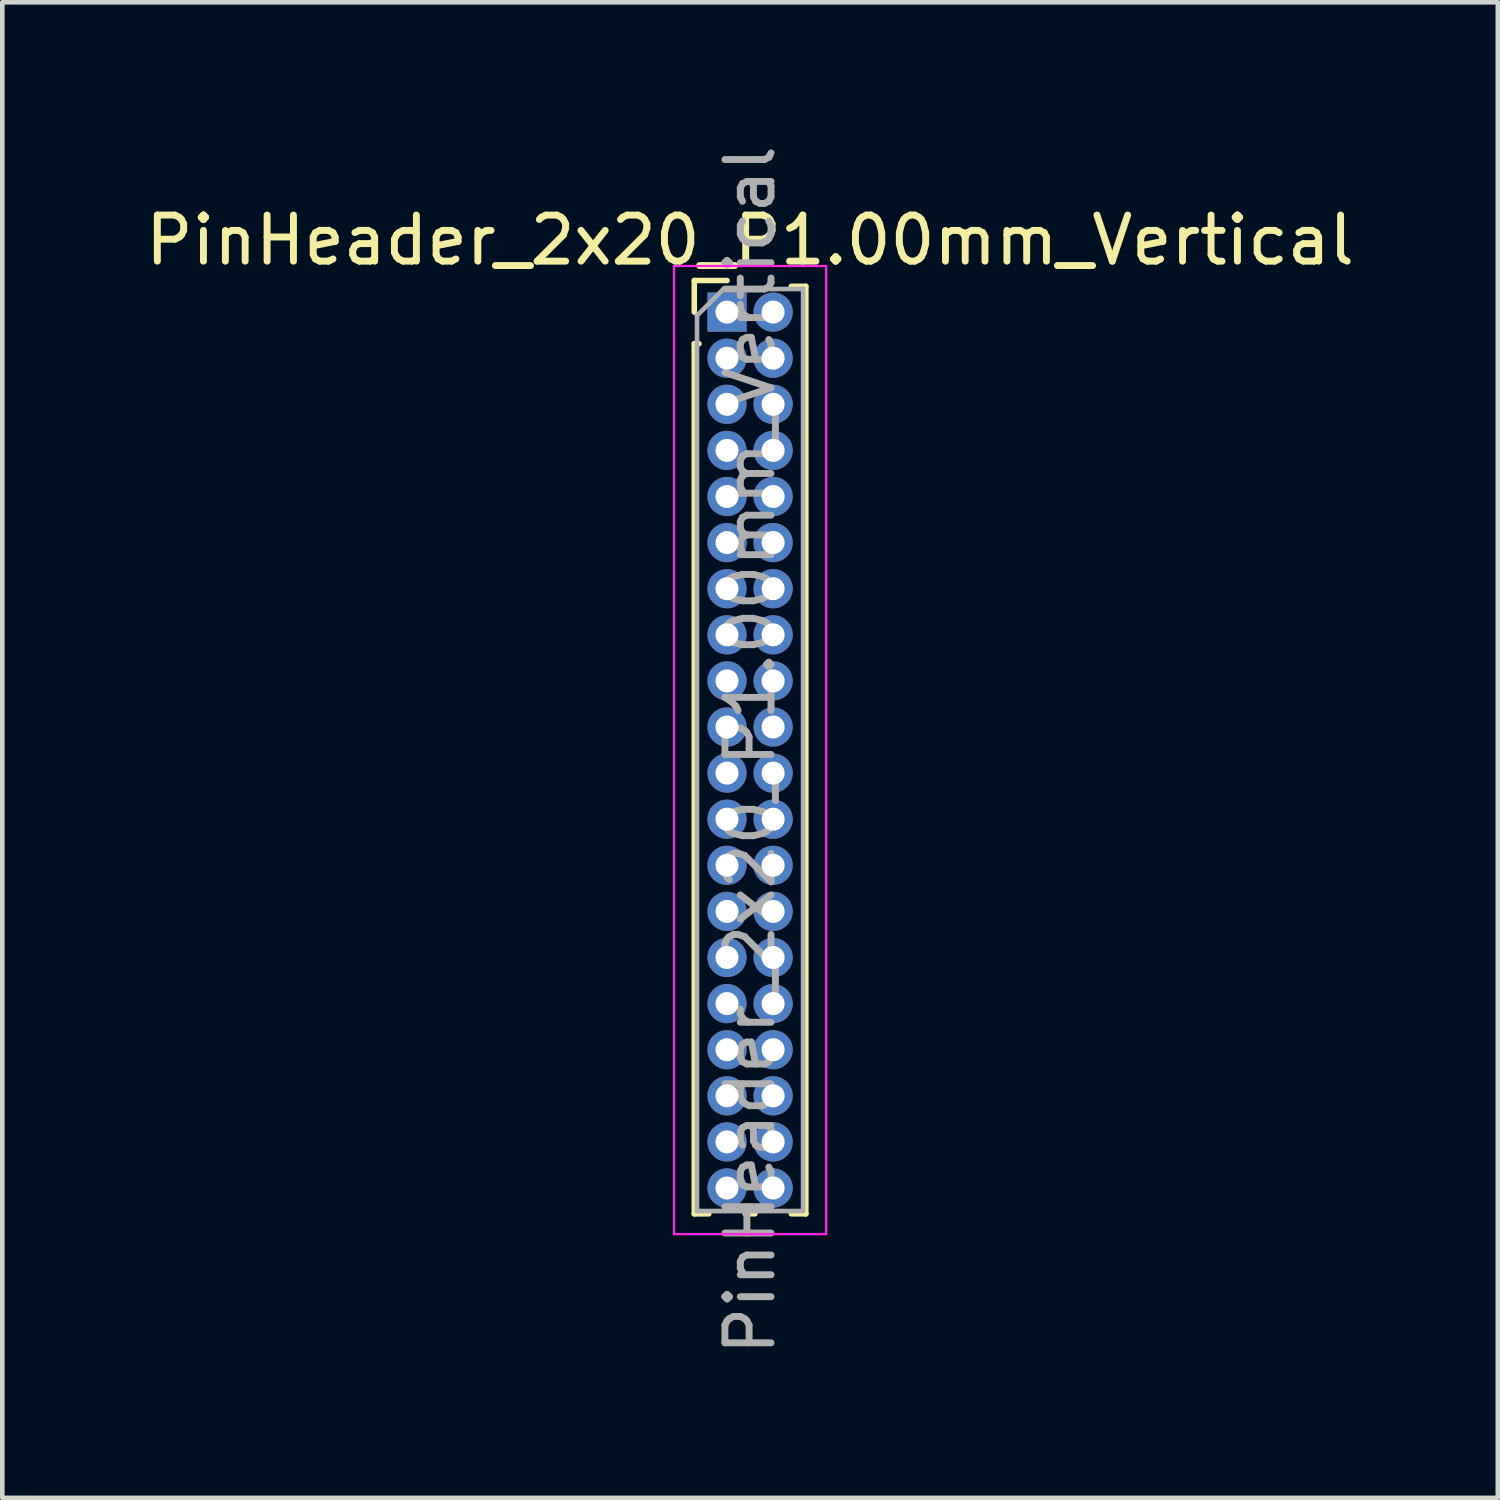
<source format=kicad_pcb>
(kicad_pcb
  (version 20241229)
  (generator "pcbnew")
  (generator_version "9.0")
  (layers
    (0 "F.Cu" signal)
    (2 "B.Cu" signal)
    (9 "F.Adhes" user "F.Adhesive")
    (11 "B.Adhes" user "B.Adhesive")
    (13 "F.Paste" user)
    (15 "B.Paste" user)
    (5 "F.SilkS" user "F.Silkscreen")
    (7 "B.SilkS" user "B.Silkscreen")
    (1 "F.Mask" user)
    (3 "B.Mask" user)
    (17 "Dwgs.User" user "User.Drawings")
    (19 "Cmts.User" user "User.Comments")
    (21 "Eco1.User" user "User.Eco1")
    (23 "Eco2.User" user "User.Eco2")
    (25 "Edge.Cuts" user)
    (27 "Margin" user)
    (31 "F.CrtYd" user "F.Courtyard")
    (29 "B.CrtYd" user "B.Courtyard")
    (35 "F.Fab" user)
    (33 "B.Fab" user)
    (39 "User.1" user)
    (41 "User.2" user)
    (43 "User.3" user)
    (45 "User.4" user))
  (footprint "PinHeader_2x20_P1.00mm_Vertical"
    (layer "F.Cu")
    (at 12.72 3.72)
    (property "Reference" "PinHeader_2x20_P1.00mm_Vertical" (at 0.5 -1.56 0) (layer "F.SilkS") (effects (font (size 1 1) (thickness 0.15))))
    (attr through_hole)
    (fp_line (start -0.71 -0.685) (end 0 -0.685) (stroke (width 0.12) (type solid)) (layer "F.SilkS"))
    (fp_line (start -0.71 0) (end -0.71 -0.685) (stroke (width 0.12) (type solid)) (layer "F.SilkS"))
    (fp_line (start -0.71 0.685) (end -0.71 19.56) (stroke (width 0.12) (type solid)) (layer "F.SilkS"))
    (fp_line (start -0.71 0.685) (end -0.608 0.685) (stroke (width 0.12) (type solid)) (layer "F.SilkS"))
    (fp_line (start -0.71 19.56) (end -0.394 19.56) (stroke (width 0.12) (type solid)) (layer "F.SilkS"))
    (fp_line (start 0.394 19.56) (end 0.606 19.56) (stroke (width 0.12) (type solid)) (layer "F.SilkS"))
    (fp_line (start 1.394 -0.56) (end 1.71 -0.56) (stroke (width 0.12) (type solid)) (layer "F.SilkS"))
    (fp_line (start 1.394 19.56) (end 1.71 19.56) (stroke (width 0.12) (type solid)) (layer "F.SilkS"))
    (fp_line (start 1.71 -0.56) (end 1.71 19.56) (stroke (width 0.12) (type solid)) (layer "F.SilkS"))
    (fp_line (start -1.15 -1) (end -1.15 20) (stroke (width 0.05) (type solid)) (layer "F.CrtYd"))
    (fp_line (start -1.15 20) (end 2.15 20) (stroke (width 0.05) (type solid)) (layer "F.CrtYd"))
    (fp_line (start 2.15 -1) (end -1.15 -1) (stroke (width 0.05) (type solid)) (layer "F.CrtYd"))
    (fp_line (start 2.15 20) (end 2.15 -1) (stroke (width 0.05) (type solid)) (layer "F.CrtYd"))
    (fp_line (start -0.65 0.075) (end -0.075 -0.5) (stroke (width 0.1) (type solid)) (layer "F.Fab"))
    (fp_line (start -0.65 19.5) (end -0.65 0.075) (stroke (width 0.1) (type solid)) (layer "F.Fab"))
    (fp_line (start -0.075 -0.5) (end 1.65 -0.5) (stroke (width 0.1) (type solid)) (layer "F.Fab"))
    (fp_line (start 1.65 -0.5) (end 1.65 19.5) (stroke (width 0.1) (type solid)) (layer "F.Fab"))
    (fp_line (start 1.65 19.5) (end -0.65 19.5) (stroke (width 0.1) (type solid)) (layer "F.Fab"))
    (fp_text user "${REFERENCE}" (at 0.5 9.5 90) (layer "F.Fab") (effects (font (size 1 1) (thickness 0.15))))
    (pad "1" thru_hole rect (at 0 0) (size 0.85 0.85) (drill 0.5) (layers "*.Cu" "*.Mask"))
    (pad "2" thru_hole oval (at 1 0) (size 0.85 0.85) (drill 0.5) (layers "*.Cu" "*.Mask"))
    (pad "3" thru_hole oval (at 0 1) (size 0.85 0.85) (drill 0.5) (layers "*.Cu" "*.Mask"))
    (pad "4" thru_hole oval (at 1 1) (size 0.85 0.85) (drill 0.5) (layers "*.Cu" "*.Mask"))
    (pad "5" thru_hole oval (at 0 2) (size 0.85 0.85) (drill 0.5) (layers "*.Cu" "*.Mask"))
    (pad "6" thru_hole oval (at 1 2) (size 0.85 0.85) (drill 0.5) (layers "*.Cu" "*.Mask"))
    (pad "7" thru_hole oval (at 0 3) (size 0.85 0.85) (drill 0.5) (layers "*.Cu" "*.Mask"))
    (pad "8" thru_hole oval (at 1 3) (size 0.85 0.85) (drill 0.5) (layers "*.Cu" "*.Mask"))
    (pad "9" thru_hole oval (at 0 4) (size 0.85 0.85) (drill 0.5) (layers "*.Cu" "*.Mask"))
    (pad "10" thru_hole oval (at 1 4) (size 0.85 0.85) (drill 0.5) (layers "*.Cu" "*.Mask"))
    (pad "11" thru_hole oval (at 0 5) (size 0.85 0.85) (drill 0.5) (layers "*.Cu" "*.Mask"))
    (pad "12" thru_hole oval (at 1 5) (size 0.85 0.85) (drill 0.5) (layers "*.Cu" "*.Mask"))
    (pad "13" thru_hole oval (at 0 6) (size 0.85 0.85) (drill 0.5) (layers "*.Cu" "*.Mask"))
    (pad "14" thru_hole oval (at 1 6) (size 0.85 0.85) (drill 0.5) (layers "*.Cu" "*.Mask"))
    (pad "15" thru_hole oval (at 0 7) (size 0.85 0.85) (drill 0.5) (layers "*.Cu" "*.Mask"))
    (pad "16" thru_hole oval (at 1 7) (size 0.85 0.85) (drill 0.5) (layers "*.Cu" "*.Mask"))
    (pad "17" thru_hole oval (at 0 8) (size 0.85 0.85) (drill 0.5) (layers "*.Cu" "*.Mask"))
    (pad "18" thru_hole oval (at 1 8) (size 0.85 0.85) (drill 0.5) (layers "*.Cu" "*.Mask"))
    (pad "19" thru_hole oval (at 0 9) (size 0.85 0.85) (drill 0.5) (layers "*.Cu" "*.Mask"))
    (pad "20" thru_hole oval (at 1 9) (size 0.85 0.85) (drill 0.5) (layers "*.Cu" "*.Mask"))
    (pad "21" thru_hole oval (at 0 10) (size 0.85 0.85) (drill 0.5) (layers "*.Cu" "*.Mask"))
    (pad "22" thru_hole oval (at 1 10) (size 0.85 0.85) (drill 0.5) (layers "*.Cu" "*.Mask"))
    (pad "23" thru_hole oval (at 0 11) (size 0.85 0.85) (drill 0.5) (layers "*.Cu" "*.Mask"))
    (pad "24" thru_hole oval (at 1 11) (size 0.85 0.85) (drill 0.5) (layers "*.Cu" "*.Mask"))
    (pad "25" thru_hole oval (at 0 12) (size 0.85 0.85) (drill 0.5) (layers "*.Cu" "*.Mask"))
    (pad "26" thru_hole oval (at 1 12) (size 0.85 0.85) (drill 0.5) (layers "*.Cu" "*.Mask"))
    (pad "27" thru_hole oval (at 0 13) (size 0.85 0.85) (drill 0.5) (layers "*.Cu" "*.Mask"))
    (pad "28" thru_hole oval (at 1 13) (size 0.85 0.85) (drill 0.5) (layers "*.Cu" "*.Mask"))
    (pad "29" thru_hole oval (at 0 14) (size 0.85 0.85) (drill 0.5) (layers "*.Cu" "*.Mask"))
    (pad "30" thru_hole oval (at 1 14) (size 0.85 0.85) (drill 0.5) (layers "*.Cu" "*.Mask"))
    (pad "31" thru_hole oval (at 0 15) (size 0.85 0.85) (drill 0.5) (layers "*.Cu" "*.Mask"))
    (pad "32" thru_hole oval (at 1 15) (size 0.85 0.85) (drill 0.5) (layers "*.Cu" "*.Mask"))
    (pad "33" thru_hole oval (at 0 16) (size 0.85 0.85) (drill 0.5) (layers "*.Cu" "*.Mask"))
    (pad "34" thru_hole oval (at 1 16) (size 0.85 0.85) (drill 0.5) (layers "*.Cu" "*.Mask"))
    (pad "35" thru_hole oval (at 0 17) (size 0.85 0.85) (drill 0.5) (layers "*.Cu" "*.Mask"))
    (pad "36" thru_hole oval (at 1 17) (size 0.85 0.85) (drill 0.5) (layers "*.Cu" "*.Mask"))
    (pad "37" thru_hole oval (at 0 18) (size 0.85 0.85) (drill 0.5) (layers "*.Cu" "*.Mask"))
    (pad "38" thru_hole oval (at 1 18) (size 0.85 0.85) (drill 0.5) (layers "*.Cu" "*.Mask"))
    (pad "39" thru_hole oval (at 0 19) (size 0.85 0.85) (drill 0.5) (layers "*.Cu" "*.Mask"))
    (pad "40" thru_hole oval (at 1 19) (size 0.85 0.85) (drill 0.5) (layers "*.Cu" "*.Mask")))
  (gr_rect
    (start -3 -3)
    (end 29.44 29.44)
    (stroke (width 0.1) (type default))
    (fill no)
    (layer "Edge.Cuts")))
</source>
